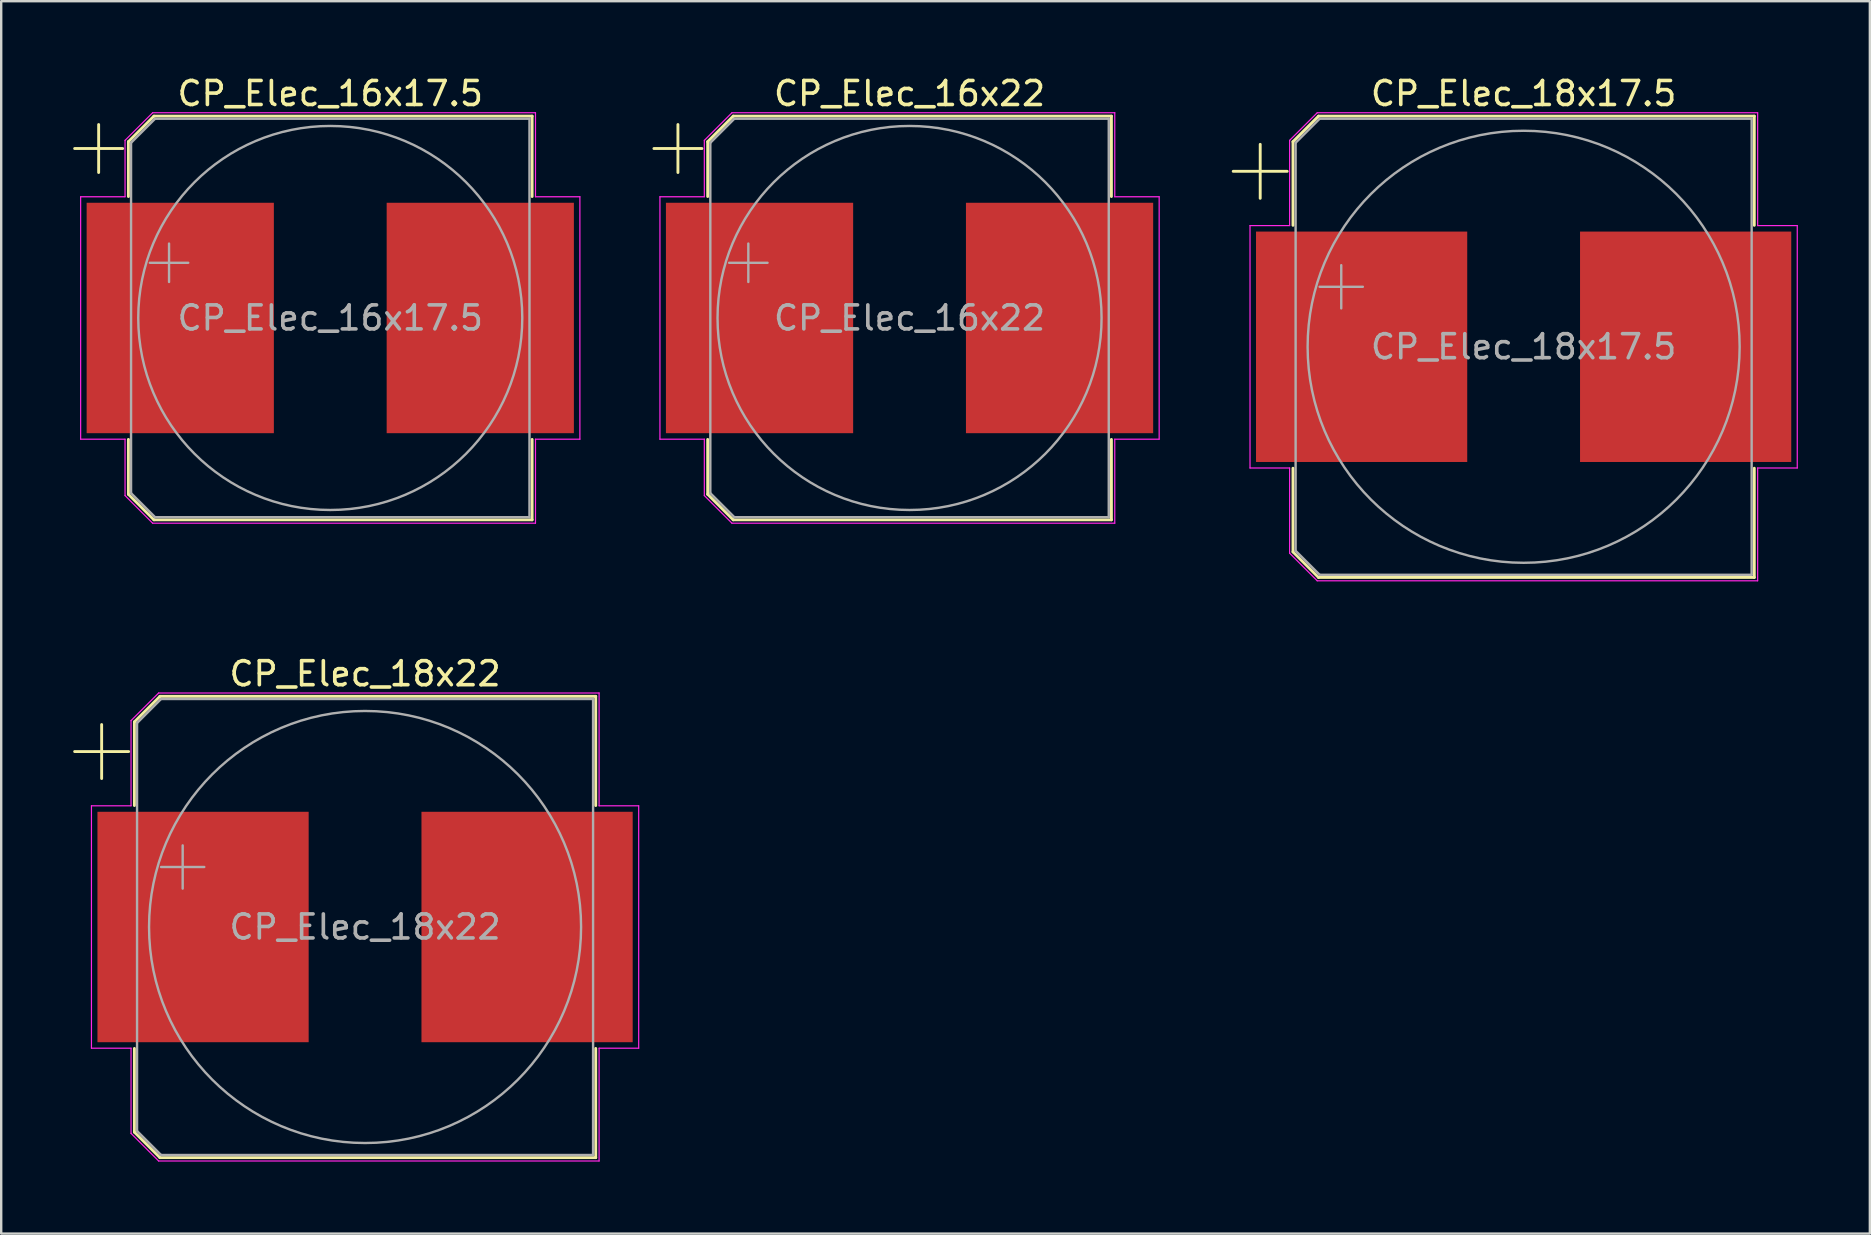
<source format=kicad_pcb>
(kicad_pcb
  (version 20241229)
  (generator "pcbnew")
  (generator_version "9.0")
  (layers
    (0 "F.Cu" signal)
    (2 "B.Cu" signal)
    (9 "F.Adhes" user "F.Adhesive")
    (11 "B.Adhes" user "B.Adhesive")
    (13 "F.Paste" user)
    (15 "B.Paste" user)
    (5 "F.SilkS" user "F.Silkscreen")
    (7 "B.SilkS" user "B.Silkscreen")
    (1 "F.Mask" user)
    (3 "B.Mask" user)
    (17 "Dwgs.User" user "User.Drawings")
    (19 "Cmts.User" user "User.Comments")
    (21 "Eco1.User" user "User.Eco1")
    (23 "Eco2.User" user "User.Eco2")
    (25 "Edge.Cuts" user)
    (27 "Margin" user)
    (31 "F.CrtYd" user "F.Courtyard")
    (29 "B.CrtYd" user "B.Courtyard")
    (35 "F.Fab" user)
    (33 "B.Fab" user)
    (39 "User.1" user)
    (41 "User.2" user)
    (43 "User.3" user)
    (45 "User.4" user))
  (footprint "CP_Elec_16x17.5"
    (layer "F.Cu")
    (at 10.71 10.198)
    (property "Reference" "CP_Elec_16x17.5" (at 0 -9.35 0) (layer "F.SilkS") (effects (font (size 1 1) (thickness 0.15))))
    (attr smd)
    (fp_line (start -10.65 -7.06) (end -8.65 -7.06) (stroke (width 0.12) (type solid)) (layer "F.SilkS"))
    (fp_line (start -9.65 -8.06) (end -9.65 -6.06) (stroke (width 0.12) (type solid)) (layer "F.SilkS"))
    (fp_line (start -8.41 -7.346) (end -8.41 -5.06) (stroke (width 0.12) (type solid)) (layer "F.SilkS"))
    (fp_line (start -8.41 -7.346) (end -7.346 -8.41) (stroke (width 0.12) (type solid)) (layer "F.SilkS"))
    (fp_line (start -8.41 7.346) (end -8.41 5.06) (stroke (width 0.12) (type solid)) (layer "F.SilkS"))
    (fp_line (start -8.41 7.346) (end -7.346 8.41) (stroke (width 0.12) (type solid)) (layer "F.SilkS"))
    (fp_line (start -7.346 -8.41) (end 8.41 -8.41) (stroke (width 0.12) (type solid)) (layer "F.SilkS"))
    (fp_line (start -7.346 8.41) (end 8.41 8.41) (stroke (width 0.12) (type solid)) (layer "F.SilkS"))
    (fp_line (start 8.41 -8.41) (end 8.41 -5.06) (stroke (width 0.12) (type solid)) (layer "F.SilkS"))
    (fp_line (start 8.41 8.41) (end 8.41 5.06) (stroke (width 0.12) (type solid)) (layer "F.SilkS"))
    (fp_line (start -10.4 -5.05) (end -10.4 5.05) (stroke (width 0.05) (type solid)) (layer "F.CrtYd"))
    (fp_line (start -10.4 5.05) (end -8.55 5.05) (stroke (width 0.05) (type solid)) (layer "F.CrtYd"))
    (fp_line (start -8.55 -7.4) (end -8.55 -5.05) (stroke (width 0.05) (type solid)) (layer "F.CrtYd"))
    (fp_line (start -8.55 -7.4) (end -7.4 -8.55) (stroke (width 0.05) (type solid)) (layer "F.CrtYd"))
    (fp_line (start -8.55 -5.05) (end -10.4 -5.05) (stroke (width 0.05) (type solid)) (layer "F.CrtYd"))
    (fp_line (start -8.55 5.05) (end -8.55 7.4) (stroke (width 0.05) (type solid)) (layer "F.CrtYd"))
    (fp_line (start -8.55 7.4) (end -7.4 8.55) (stroke (width 0.05) (type solid)) (layer "F.CrtYd"))
    (fp_line (start -7.4 -8.55) (end 8.55 -8.55) (stroke (width 0.05) (type solid)) (layer "F.CrtYd"))
    (fp_line (start -7.4 8.55) (end 8.55 8.55) (stroke (width 0.05) (type solid)) (layer "F.CrtYd"))
    (fp_line (start 8.55 -8.55) (end 8.55 -5.05) (stroke (width 0.05) (type solid)) (layer "F.CrtYd"))
    (fp_line (start 8.55 -5.05) (end 10.4 -5.05) (stroke (width 0.05) (type solid)) (layer "F.CrtYd"))
    (fp_line (start 8.55 5.05) (end 8.55 8.55) (stroke (width 0.05) (type solid)) (layer "F.CrtYd"))
    (fp_line (start 10.4 -5.05) (end 10.4 5.05) (stroke (width 0.05) (type solid)) (layer "F.CrtYd"))
    (fp_line (start 10.4 5.05) (end 8.55 5.05) (stroke (width 0.05) (type solid)) (layer "F.CrtYd"))
    (fp_line (start -8.3 -7.3) (end -8.3 7.3) (stroke (width 0.1) (type solid)) (layer "F.Fab"))
    (fp_line (start -8.3 -7.3) (end -7.3 -8.3) (stroke (width 0.1) (type solid)) (layer "F.Fab"))
    (fp_line (start -8.3 7.3) (end -7.3 8.3) (stroke (width 0.1) (type solid)) (layer "F.Fab"))
    (fp_line (start -7.517 -2.3) (end -5.917 -2.3) (stroke (width 0.1) (type solid)) (layer "F.Fab"))
    (fp_line (start -7.3 -8.3) (end 8.3 -8.3) (stroke (width 0.1) (type solid)) (layer "F.Fab"))
    (fp_line (start -7.3 8.3) (end 8.3 8.3) (stroke (width 0.1) (type solid)) (layer "F.Fab"))
    (fp_line (start -6.717 -3.1) (end -6.717 -1.5) (stroke (width 0.1) (type solid)) (layer "F.Fab"))
    (fp_line (start 8.3 -8.3) (end 8.3 8.3) (stroke (width 0.1) (type solid)) (layer "F.Fab"))
    (fp_circle (center 0 0) (end 8 0) (stroke (width 0.1) (type solid)) (fill no) (layer "F.Fab"))
    (fp_text user "${REFERENCE}" (at 0 0 0) (layer "F.Fab") (effects (font (size 1 1) (thickness 0.15))))
    (pad "1" smd rect (at -6.25 0) (size 7.8 9.6) (layers "F.Cu" "F.Mask" "F.Paste"))
    (pad "2" smd rect (at 6.25 0) (size 7.8 9.6) (layers "F.Cu" "F.Mask" "F.Paste")))
  (footprint "CP_Elec_18x17.5"
    (layer "F.Cu")
    (at 60.43 11.398)
    (property "Reference" "CP_Elec_18x17.5" (at 0 -10.55 0) (layer "F.SilkS") (effects (font (size 1 1) (thickness 0.15))))
    (attr smd)
    (fp_line (start -12.1 -7.31) (end -9.85 -7.31) (stroke (width 0.12) (type solid)) (layer "F.SilkS"))
    (fp_line (start -10.975 -8.435) (end -10.975 -6.185) (stroke (width 0.12) (type solid)) (layer "F.SilkS"))
    (fp_line (start -9.61 -8.546) (end -9.61 -5.06) (stroke (width 0.12) (type solid)) (layer "F.SilkS"))
    (fp_line (start -9.61 -8.546) (end -8.546 -9.61) (stroke (width 0.12) (type solid)) (layer "F.SilkS"))
    (fp_line (start -9.61 8.546) (end -9.61 5.06) (stroke (width 0.12) (type solid)) (layer "F.SilkS"))
    (fp_line (start -9.61 8.546) (end -8.546 9.61) (stroke (width 0.12) (type solid)) (layer "F.SilkS"))
    (fp_line (start -8.546 -9.61) (end 9.61 -9.61) (stroke (width 0.12) (type solid)) (layer "F.SilkS"))
    (fp_line (start -8.546 9.61) (end 9.61 9.61) (stroke (width 0.12) (type solid)) (layer "F.SilkS"))
    (fp_line (start 9.61 -9.61) (end 9.61 -5.06) (stroke (width 0.12) (type solid)) (layer "F.SilkS"))
    (fp_line (start 9.61 9.61) (end 9.61 5.06) (stroke (width 0.12) (type solid)) (layer "F.SilkS"))
    (fp_line (start -11.4 -5.05) (end -11.4 5.05) (stroke (width 0.05) (type solid)) (layer "F.CrtYd"))
    (fp_line (start -11.4 5.05) (end -9.75 5.05) (stroke (width 0.05) (type solid)) (layer "F.CrtYd"))
    (fp_line (start -9.75 -8.6) (end -9.75 -5.05) (stroke (width 0.05) (type solid)) (layer "F.CrtYd"))
    (fp_line (start -9.75 -8.6) (end -8.6 -9.75) (stroke (width 0.05) (type solid)) (layer "F.CrtYd"))
    (fp_line (start -9.75 -5.05) (end -11.4 -5.05) (stroke (width 0.05) (type solid)) (layer "F.CrtYd"))
    (fp_line (start -9.75 5.05) (end -9.75 8.6) (stroke (width 0.05) (type solid)) (layer "F.CrtYd"))
    (fp_line (start -9.75 8.6) (end -8.6 9.75) (stroke (width 0.05) (type solid)) (layer "F.CrtYd"))
    (fp_line (start -8.6 -9.75) (end 9.75 -9.75) (stroke (width 0.05) (type solid)) (layer "F.CrtYd"))
    (fp_line (start -8.6 9.75) (end 9.75 9.75) (stroke (width 0.05) (type solid)) (layer "F.CrtYd"))
    (fp_line (start 9.75 -9.75) (end 9.75 -5.05) (stroke (width 0.05) (type solid)) (layer "F.CrtYd"))
    (fp_line (start 9.75 -5.05) (end 11.4 -5.05) (stroke (width 0.05) (type solid)) (layer "F.CrtYd"))
    (fp_line (start 9.75 5.05) (end 9.75 9.75) (stroke (width 0.05) (type solid)) (layer "F.CrtYd"))
    (fp_line (start 11.4 -5.05) (end 11.4 5.05) (stroke (width 0.05) (type solid)) (layer "F.CrtYd"))
    (fp_line (start 11.4 5.05) (end 9.75 5.05) (stroke (width 0.05) (type solid)) (layer "F.CrtYd"))
    (fp_line (start -9.5 -8.5) (end -9.5 8.5) (stroke (width 0.1) (type solid)) (layer "F.Fab"))
    (fp_line (start -9.5 -8.5) (end -8.5 -9.5) (stroke (width 0.1) (type solid)) (layer "F.Fab"))
    (fp_line (start -9.5 8.5) (end -8.5 9.5) (stroke (width 0.1) (type solid)) (layer "F.Fab"))
    (fp_line (start -8.5 -9.5) (end 9.5 -9.5) (stroke (width 0.1) (type solid)) (layer "F.Fab"))
    (fp_line (start -8.5 9.5) (end 9.5 9.5) (stroke (width 0.1) (type solid)) (layer "F.Fab"))
    (fp_line (start -8.499 -2.5) (end -6.699 -2.5) (stroke (width 0.1) (type solid)) (layer "F.Fab"))
    (fp_line (start -7.599 -3.4) (end -7.599 -1.6) (stroke (width 0.1) (type solid)) (layer "F.Fab"))
    (fp_line (start 9.5 -9.5) (end 9.5 9.5) (stroke (width 0.1) (type solid)) (layer "F.Fab"))
    (fp_circle (center 0 0) (end 9 0) (stroke (width 0.1) (type solid)) (fill no) (layer "F.Fab"))
    (fp_text user "${REFERENCE}" (at 0 0 0) (layer "F.Fab") (effects (font (size 1 1) (thickness 0.15))))
    (pad "1" smd rect (at -6.75 0) (size 8.8 9.6) (layers "F.Cu" "F.Mask" "F.Paste"))
    (pad "2" smd rect (at 6.75 0) (size 8.8 9.6) (layers "F.Cu" "F.Mask" "F.Paste")))
  (footprint "CP_Elec_16x22"
    (layer "F.Cu")
    (at 34.845 10.198)
    (property "Reference" "CP_Elec_16x22" (at 0 -9.35 0) (layer "F.SilkS") (effects (font (size 1 1) (thickness 0.15))))
    (attr smd)
    (fp_line (start -10.65 -7.06) (end -8.65 -7.06) (stroke (width 0.12) (type solid)) (layer "F.SilkS"))
    (fp_line (start -9.65 -8.06) (end -9.65 -6.06) (stroke (width 0.12) (type solid)) (layer "F.SilkS"))
    (fp_line (start -8.41 -7.346) (end -8.41 -5.06) (stroke (width 0.12) (type solid)) (layer "F.SilkS"))
    (fp_line (start -8.41 -7.346) (end -7.346 -8.41) (stroke (width 0.12) (type solid)) (layer "F.SilkS"))
    (fp_line (start -8.41 7.346) (end -8.41 5.06) (stroke (width 0.12) (type solid)) (layer "F.SilkS"))
    (fp_line (start -8.41 7.346) (end -7.346 8.41) (stroke (width 0.12) (type solid)) (layer "F.SilkS"))
    (fp_line (start -7.346 -8.41) (end 8.41 -8.41) (stroke (width 0.12) (type solid)) (layer "F.SilkS"))
    (fp_line (start -7.346 8.41) (end 8.41 8.41) (stroke (width 0.12) (type solid)) (layer "F.SilkS"))
    (fp_line (start 8.41 -8.41) (end 8.41 -5.06) (stroke (width 0.12) (type solid)) (layer "F.SilkS"))
    (fp_line (start 8.41 8.41) (end 8.41 5.06) (stroke (width 0.12) (type solid)) (layer "F.SilkS"))
    (fp_line (start -10.4 -5.05) (end -10.4 5.05) (stroke (width 0.05) (type solid)) (layer "F.CrtYd"))
    (fp_line (start -10.4 5.05) (end -8.55 5.05) (stroke (width 0.05) (type solid)) (layer "F.CrtYd"))
    (fp_line (start -8.55 -7.4) (end -8.55 -5.05) (stroke (width 0.05) (type solid)) (layer "F.CrtYd"))
    (fp_line (start -8.55 -7.4) (end -7.4 -8.55) (stroke (width 0.05) (type solid)) (layer "F.CrtYd"))
    (fp_line (start -8.55 -5.05) (end -10.4 -5.05) (stroke (width 0.05) (type solid)) (layer "F.CrtYd"))
    (fp_line (start -8.55 5.05) (end -8.55 7.4) (stroke (width 0.05) (type solid)) (layer "F.CrtYd"))
    (fp_line (start -8.55 7.4) (end -7.4 8.55) (stroke (width 0.05) (type solid)) (layer "F.CrtYd"))
    (fp_line (start -7.4 -8.55) (end 8.55 -8.55) (stroke (width 0.05) (type solid)) (layer "F.CrtYd"))
    (fp_line (start -7.4 8.55) (end 8.55 8.55) (stroke (width 0.05) (type solid)) (layer "F.CrtYd"))
    (fp_line (start 8.55 -8.55) (end 8.55 -5.05) (stroke (width 0.05) (type solid)) (layer "F.CrtYd"))
    (fp_line (start 8.55 -5.05) (end 10.4 -5.05) (stroke (width 0.05) (type solid)) (layer "F.CrtYd"))
    (fp_line (start 8.55 5.05) (end 8.55 8.55) (stroke (width 0.05) (type solid)) (layer "F.CrtYd"))
    (fp_line (start 10.4 -5.05) (end 10.4 5.05) (stroke (width 0.05) (type solid)) (layer "F.CrtYd"))
    (fp_line (start 10.4 5.05) (end 8.55 5.05) (stroke (width 0.05) (type solid)) (layer "F.CrtYd"))
    (fp_line (start -8.3 -7.3) (end -8.3 7.3) (stroke (width 0.1) (type solid)) (layer "F.Fab"))
    (fp_line (start -8.3 -7.3) (end -7.3 -8.3) (stroke (width 0.1) (type solid)) (layer "F.Fab"))
    (fp_line (start -8.3 7.3) (end -7.3 8.3) (stroke (width 0.1) (type solid)) (layer "F.Fab"))
    (fp_line (start -7.517 -2.3) (end -5.917 -2.3) (stroke (width 0.1) (type solid)) (layer "F.Fab"))
    (fp_line (start -7.3 -8.3) (end 8.3 -8.3) (stroke (width 0.1) (type solid)) (layer "F.Fab"))
    (fp_line (start -7.3 8.3) (end 8.3 8.3) (stroke (width 0.1) (type solid)) (layer "F.Fab"))
    (fp_line (start -6.717 -3.1) (end -6.717 -1.5) (stroke (width 0.1) (type solid)) (layer "F.Fab"))
    (fp_line (start 8.3 -8.3) (end 8.3 8.3) (stroke (width 0.1) (type solid)) (layer "F.Fab"))
    (fp_circle (center 0 0) (end 8 0) (stroke (width 0.1) (type solid)) (fill no) (layer "F.Fab"))
    (fp_text user "${REFERENCE}" (at 0 0 0) (layer "F.Fab") (effects (font (size 1 1) (thickness 0.15))))
    (pad "1" smd rect (at -6.25 0) (size 7.8 9.6) (layers "F.Cu" "F.Mask" "F.Paste"))
    (pad "2" smd rect (at 6.25 0) (size 7.8 9.6) (layers "F.Cu" "F.Mask" "F.Paste")))
  (footprint "CP_Elec_18x22"
    (layer "F.Cu")
    (at 12.16 35.572)
    (property "Reference" "CP_Elec_18x22" (at 0 -10.55 0) (layer "F.SilkS") (effects (font (size 1 1) (thickness 0.15))))
    (attr smd)
    (fp_line (start -12.1 -7.31) (end -9.85 -7.31) (stroke (width 0.12) (type solid)) (layer "F.SilkS"))
    (fp_line (start -10.975 -8.435) (end -10.975 -6.185) (stroke (width 0.12) (type solid)) (layer "F.SilkS"))
    (fp_line (start -9.61 -8.546) (end -9.61 -5.06) (stroke (width 0.12) (type solid)) (layer "F.SilkS"))
    (fp_line (start -9.61 -8.546) (end -8.546 -9.61) (stroke (width 0.12) (type solid)) (layer "F.SilkS"))
    (fp_line (start -9.61 8.546) (end -9.61 5.06) (stroke (width 0.12) (type solid)) (layer "F.SilkS"))
    (fp_line (start -9.61 8.546) (end -8.546 9.61) (stroke (width 0.12) (type solid)) (layer "F.SilkS"))
    (fp_line (start -8.546 -9.61) (end 9.61 -9.61) (stroke (width 0.12) (type solid)) (layer "F.SilkS"))
    (fp_line (start -8.546 9.61) (end 9.61 9.61) (stroke (width 0.12) (type solid)) (layer "F.SilkS"))
    (fp_line (start 9.61 -9.61) (end 9.61 -5.06) (stroke (width 0.12) (type solid)) (layer "F.SilkS"))
    (fp_line (start 9.61 9.61) (end 9.61 5.06) (stroke (width 0.12) (type solid)) (layer "F.SilkS"))
    (fp_line (start -11.4 -5.05) (end -11.4 5.05) (stroke (width 0.05) (type solid)) (layer "F.CrtYd"))
    (fp_line (start -11.4 5.05) (end -9.75 5.05) (stroke (width 0.05) (type solid)) (layer "F.CrtYd"))
    (fp_line (start -9.75 -8.6) (end -9.75 -5.05) (stroke (width 0.05) (type solid)) (layer "F.CrtYd"))
    (fp_line (start -9.75 -8.6) (end -8.6 -9.75) (stroke (width 0.05) (type solid)) (layer "F.CrtYd"))
    (fp_line (start -9.75 -5.05) (end -11.4 -5.05) (stroke (width 0.05) (type solid)) (layer "F.CrtYd"))
    (fp_line (start -9.75 5.05) (end -9.75 8.6) (stroke (width 0.05) (type solid)) (layer "F.CrtYd"))
    (fp_line (start -9.75 8.6) (end -8.6 9.75) (stroke (width 0.05) (type solid)) (layer "F.CrtYd"))
    (fp_line (start -8.6 -9.75) (end 9.75 -9.75) (stroke (width 0.05) (type solid)) (layer "F.CrtYd"))
    (fp_line (start -8.6 9.75) (end 9.75 9.75) (stroke (width 0.05) (type solid)) (layer "F.CrtYd"))
    (fp_line (start 9.75 -9.75) (end 9.75 -5.05) (stroke (width 0.05) (type solid)) (layer "F.CrtYd"))
    (fp_line (start 9.75 -5.05) (end 11.4 -5.05) (stroke (width 0.05) (type solid)) (layer "F.CrtYd"))
    (fp_line (start 9.75 5.05) (end 9.75 9.75) (stroke (width 0.05) (type solid)) (layer "F.CrtYd"))
    (fp_line (start 11.4 -5.05) (end 11.4 5.05) (stroke (width 0.05) (type solid)) (layer "F.CrtYd"))
    (fp_line (start 11.4 5.05) (end 9.75 5.05) (stroke (width 0.05) (type solid)) (layer "F.CrtYd"))
    (fp_line (start -9.5 -8.5) (end -9.5 8.5) (stroke (width 0.1) (type solid)) (layer "F.Fab"))
    (fp_line (start -9.5 -8.5) (end -8.5 -9.5) (stroke (width 0.1) (type solid)) (layer "F.Fab"))
    (fp_line (start -9.5 8.5) (end -8.5 9.5) (stroke (width 0.1) (type solid)) (layer "F.Fab"))
    (fp_line (start -8.5 -9.5) (end 9.5 -9.5) (stroke (width 0.1) (type solid)) (layer "F.Fab"))
    (fp_line (start -8.5 9.5) (end 9.5 9.5) (stroke (width 0.1) (type solid)) (layer "F.Fab"))
    (fp_line (start -8.499 -2.5) (end -6.699 -2.5) (stroke (width 0.1) (type solid)) (layer "F.Fab"))
    (fp_line (start -7.599 -3.4) (end -7.599 -1.6) (stroke (width 0.1) (type solid)) (layer "F.Fab"))
    (fp_line (start 9.5 -9.5) (end 9.5 9.5) (stroke (width 0.1) (type solid)) (layer "F.Fab"))
    (fp_circle (center 0 0) (end 9 0) (stroke (width 0.1) (type solid)) (fill no) (layer "F.Fab"))
    (fp_text user "${REFERENCE}" (at 0 0 0) (layer "F.Fab") (effects (font (size 1 1) (thickness 0.15))))
    (pad "1" smd rect (at -6.75 0) (size 8.8 9.6) (layers "F.Cu" "F.Mask" "F.Paste"))
    (pad "2" smd rect (at 6.75 0) (size 8.8 9.6) (layers "F.Cu" "F.Mask" "F.Paste")))
  (gr_rect
    (start -3 -3)
    (end 74.855 48.346)
    (stroke (width 0.1) (type default))
    (fill no)
    (layer "Edge.Cuts")))
</source>
